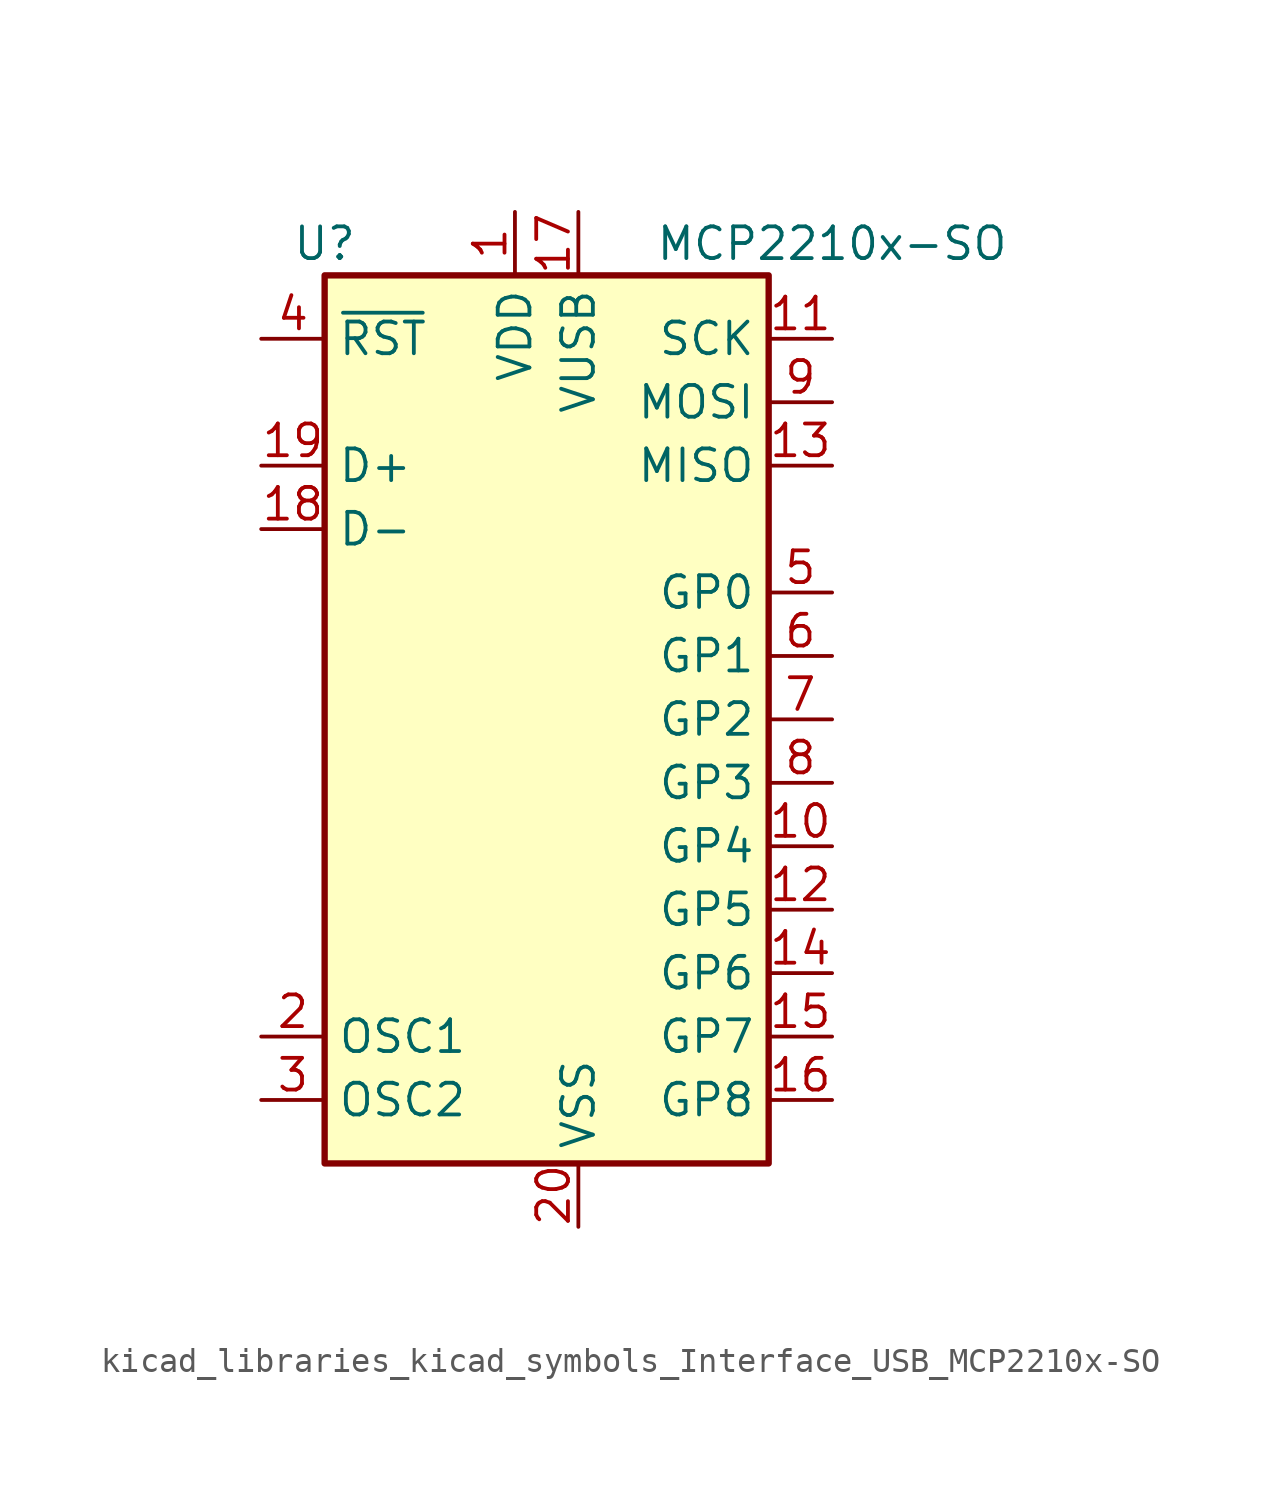
<source format=kicad_sym>
(kicad_symbol_lib
  (version 20220914)
  (generator kicad_symbol_editor)
  (symbol "kicad_libraries_kicad_symbols_Interface_USB_MCP2210x-SO"
    (property "Reference" "U"
      (at -10.16 19.05 0)
      (effects (font (size 1.27 1.27))))
    (property "Value" "MCP2210x-SO"
      (at 10.16 19.05 0)
      (effects (font (size 1.27 1.27))))
    (symbol "kicad_libraries_kicad_symbols_Interface_USB_MCP2210x-SO_0_1"
      (rectangle (start -10.16 17.78) (end 7.62 -17.78) (stroke (width 0.254) (type default)) (fill (type background))))
    (symbol "kicad_libraries_kicad_symbols_Interface_USB_MCP2210x-SO_1_1"
      (pin power_in line (at -2.54 20.32 270) (length 2.54) (name "VDD" (effects (font (size 1.27 1.27)))) (number "1" (effects (font (size 1.27 1.27)))))
      (pin bidirectional line (at 10.16 -5.08 180) (length 2.54) (name "GP4" (effects (font (size 1.27 1.27)))) (number "10" (effects (font (size 1.27 1.27)))))
      (pin output line (at 10.16 15.24 180) (length 2.54) (name "SCK" (effects (font (size 1.27 1.27)))) (number "11" (effects (font (size 1.27 1.27)))))
      (pin bidirectional line (at 10.16 -7.62 180) (length 2.54) (name "GP5" (effects (font (size 1.27 1.27)))) (number "12" (effects (font (size 1.27 1.27)))))
      (pin input line (at 10.16 10.16 180) (length 2.54) (name "MISO" (effects (font (size 1.27 1.27)))) (number "13" (effects (font (size 1.27 1.27)))))
      (pin bidirectional line (at 10.16 -10.16 180) (length 2.54) (name "GP6" (effects (font (size 1.27 1.27)))) (number "14" (effects (font (size 1.27 1.27)))))
      (pin bidirectional line (at 10.16 -12.7 180) (length 2.54) (name "GP7" (effects (font (size 1.27 1.27)))) (number "15" (effects (font (size 1.27 1.27)))))
      (pin bidirectional line (at 10.16 -15.24 180) (length 2.54) (name "GP8" (effects (font (size 1.27 1.27)))) (number "16" (effects (font (size 1.27 1.27)))))
      (pin passive line (at 0 20.32 270) (length 2.54) (name "VUSB" (effects (font (size 1.27 1.27)))) (number "17" (effects (font (size 1.27 1.27)))))
      (pin bidirectional line (at -12.7 7.62 0) (length 2.54) (name "D-" (effects (font (size 1.27 1.27)))) (number "18" (effects (font (size 1.27 1.27)))))
      (pin bidirectional line (at -12.7 10.16 0) (length 2.54) (name "D+" (effects (font (size 1.27 1.27)))) (number "19" (effects (font (size 1.27 1.27)))))
      (pin input line (at -12.7 -12.7 0) (length 2.54) (name "OSC1" (effects (font (size 1.27 1.27)))) (number "2" (effects (font (size 1.27 1.27)))))
      (pin power_in line (at 0 -20.32 90) (length 2.54) (name "VSS" (effects (font (size 1.27 1.27)))) (number "20" (effects (font (size 1.27 1.27)))))
      (pin output line (at -12.7 -15.24 0) (length 2.54) (name "OSC2" (effects (font (size 1.27 1.27)))) (number "3" (effects (font (size 1.27 1.27)))))
      (pin input line (at -12.7 15.24 0) (length 2.54) (name "~{RST}" (effects (font (size 1.27 1.27)))) (number "4" (effects (font (size 1.27 1.27)))))
      (pin bidirectional line (at 10.16 5.08 180) (length 2.54) (name "GP0" (effects (font (size 1.27 1.27)))) (number "5" (effects (font (size 1.27 1.27)))))
      (pin bidirectional line (at 10.16 2.54 180) (length 2.54) (name "GP1" (effects (font (size 1.27 1.27)))) (number "6" (effects (font (size 1.27 1.27)))))
      (pin bidirectional line (at 10.16 0 180) (length 2.54) (name "GP2" (effects (font (size 1.27 1.27)))) (number "7" (effects (font (size 1.27 1.27)))))
      (pin bidirectional line (at 10.16 -2.54 180) (length 2.54) (name "GP3" (effects (font (size 1.27 1.27)))) (number "8" (effects (font (size 1.27 1.27)))))
      (pin output line (at 10.16 12.7 180) (length 2.54) (name "MOSI" (effects (font (size 1.27 1.27)))) (number "9" (effects (font (size 1.27 1.27))))))))
</source>
